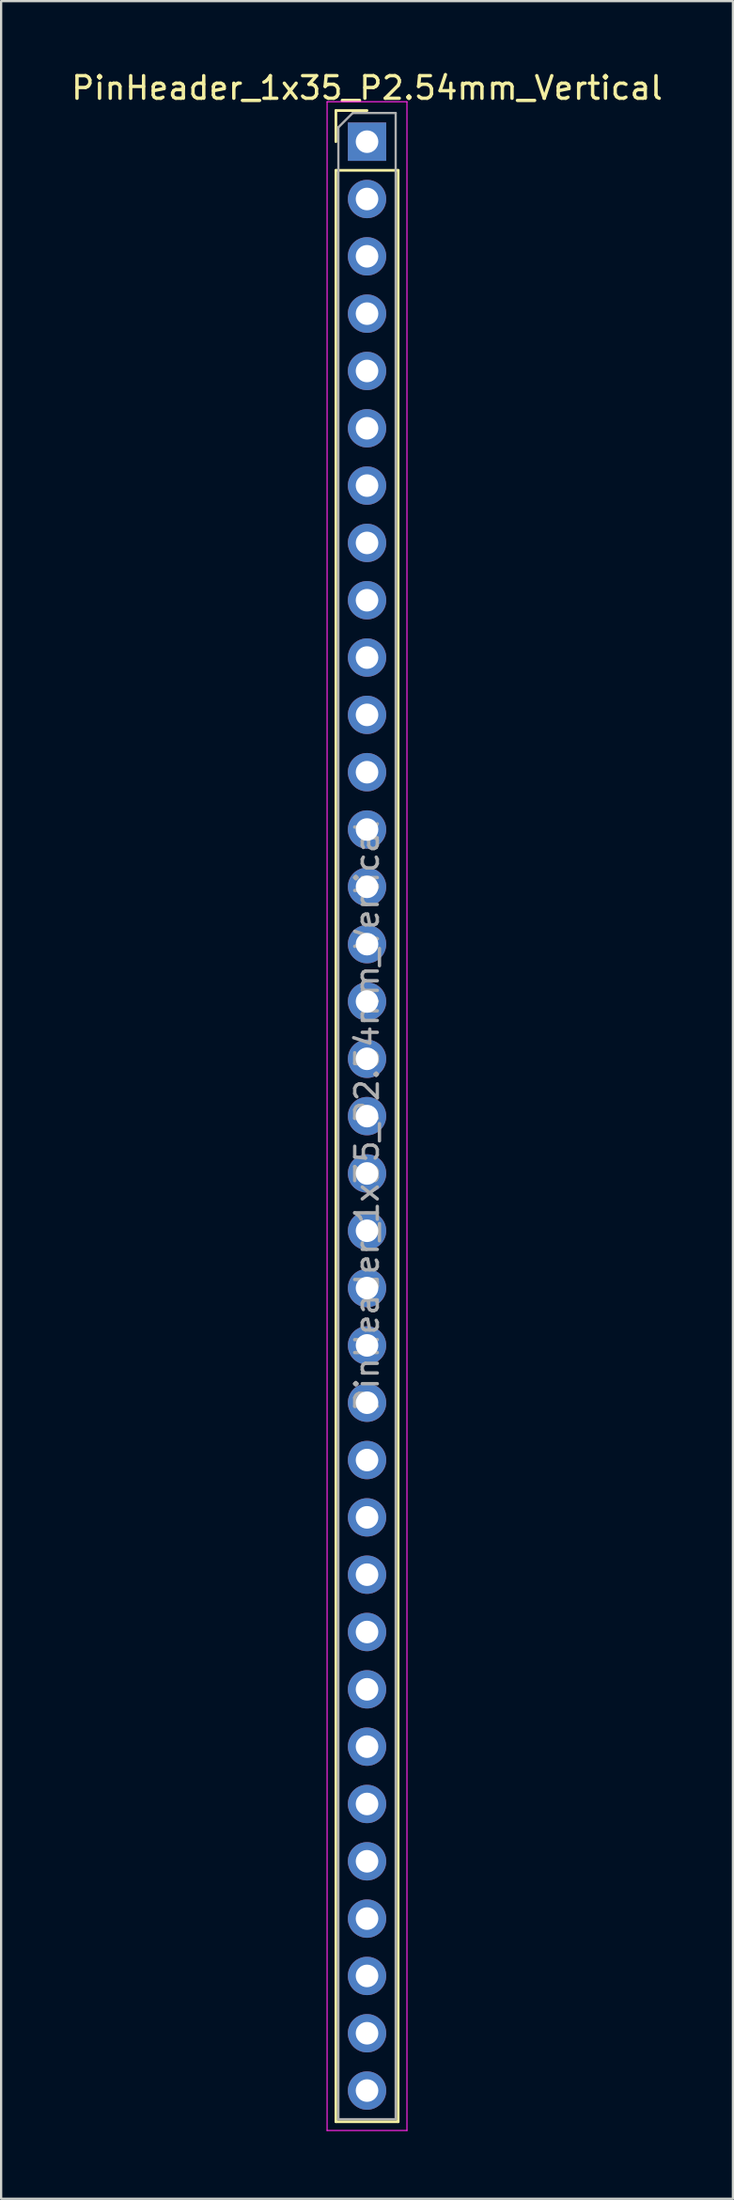
<source format=kicad_pcb>
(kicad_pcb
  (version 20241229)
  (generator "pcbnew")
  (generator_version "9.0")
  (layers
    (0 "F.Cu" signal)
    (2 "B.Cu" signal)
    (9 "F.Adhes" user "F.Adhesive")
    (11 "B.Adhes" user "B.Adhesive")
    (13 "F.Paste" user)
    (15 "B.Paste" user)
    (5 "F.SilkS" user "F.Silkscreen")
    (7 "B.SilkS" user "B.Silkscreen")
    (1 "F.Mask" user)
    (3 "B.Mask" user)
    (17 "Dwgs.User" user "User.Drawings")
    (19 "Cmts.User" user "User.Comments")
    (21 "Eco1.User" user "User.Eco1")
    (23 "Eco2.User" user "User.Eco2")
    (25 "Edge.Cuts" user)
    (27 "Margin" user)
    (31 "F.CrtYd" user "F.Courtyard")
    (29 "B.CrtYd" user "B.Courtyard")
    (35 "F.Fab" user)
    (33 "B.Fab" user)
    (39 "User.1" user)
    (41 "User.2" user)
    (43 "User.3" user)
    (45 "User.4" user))
  (footprint "PinHeader_1x35_P2.54mm_Vertical"
    (layer "F.Cu")
    (at 13.22 3.228)
    (property "Reference" "PinHeader_1x35_P2.54mm_Vertical" (at 0 -2.38 0) (layer "F.SilkS") (effects (font (size 1 1) (thickness 0.15))))
    (attr through_hole)
    (fp_line (start -1.38 -1.38) (end 0 -1.38) (stroke (width 0.12) (type solid)) (layer "F.SilkS"))
    (fp_line (start -1.38 0) (end -1.38 -1.38) (stroke (width 0.12) (type solid)) (layer "F.SilkS"))
    (fp_line (start -1.38 1.27) (end -1.38 87.74) (stroke (width 0.12) (type solid)) (layer "F.SilkS"))
    (fp_line (start -1.38 1.27) (end 1.38 1.27) (stroke (width 0.12) (type solid)) (layer "F.SilkS"))
    (fp_line (start -1.38 87.74) (end 1.38 87.74) (stroke (width 0.12) (type solid)) (layer "F.SilkS"))
    (fp_line (start 1.38 1.27) (end 1.38 87.74) (stroke (width 0.12) (type solid)) (layer "F.SilkS"))
    (fp_line (start -1.77 -1.77) (end -1.77 88.13) (stroke (width 0.05) (type solid)) (layer "F.CrtYd"))
    (fp_line (start -1.77 88.13) (end 1.77 88.13) (stroke (width 0.05) (type solid)) (layer "F.CrtYd"))
    (fp_line (start 1.77 -1.77) (end -1.77 -1.77) (stroke (width 0.05) (type solid)) (layer "F.CrtYd"))
    (fp_line (start 1.77 88.13) (end 1.77 -1.77) (stroke (width 0.05) (type solid)) (layer "F.CrtYd"))
    (fp_line (start -1.27 -0.635) (end -0.635 -1.27) (stroke (width 0.1) (type solid)) (layer "F.Fab"))
    (fp_line (start -1.27 87.63) (end -1.27 -0.635) (stroke (width 0.1) (type solid)) (layer "F.Fab"))
    (fp_line (start -0.635 -1.27) (end 1.27 -1.27) (stroke (width 0.1) (type solid)) (layer "F.Fab"))
    (fp_line (start 1.27 -1.27) (end 1.27 87.63) (stroke (width 0.1) (type solid)) (layer "F.Fab"))
    (fp_line (start 1.27 87.63) (end -1.27 87.63) (stroke (width 0.1) (type solid)) (layer "F.Fab"))
    (fp_text user "${REFERENCE}" (at 0 43.18 90) (layer "F.Fab") (effects (font (size 1 1) (thickness 0.15))))
    (pad "1" thru_hole rect (at 0 0) (size 1.7 1.7) (drill 1) (layers "*.Cu" "*.Mask"))
    (pad "2" thru_hole circle (at 0 2.54) (size 1.7 1.7) (drill 1) (layers "*.Cu" "*.Mask"))
    (pad "3" thru_hole circle (at 0 5.08) (size 1.7 1.7) (drill 1) (layers "*.Cu" "*.Mask"))
    (pad "4" thru_hole circle (at 0 7.62) (size 1.7 1.7) (drill 1) (layers "*.Cu" "*.Mask"))
    (pad "5" thru_hole circle (at 0 10.16) (size 1.7 1.7) (drill 1) (layers "*.Cu" "*.Mask"))
    (pad "6" thru_hole circle (at 0 12.7) (size 1.7 1.7) (drill 1) (layers "*.Cu" "*.Mask"))
    (pad "7" thru_hole circle (at 0 15.24) (size 1.7 1.7) (drill 1) (layers "*.Cu" "*.Mask"))
    (pad "8" thru_hole circle (at 0 17.78) (size 1.7 1.7) (drill 1) (layers "*.Cu" "*.Mask"))
    (pad "9" thru_hole circle (at 0 20.32) (size 1.7 1.7) (drill 1) (layers "*.Cu" "*.Mask"))
    (pad "10" thru_hole circle (at 0 22.86) (size 1.7 1.7) (drill 1) (layers "*.Cu" "*.Mask"))
    (pad "11" thru_hole circle (at 0 25.4) (size 1.7 1.7) (drill 1) (layers "*.Cu" "*.Mask"))
    (pad "12" thru_hole circle (at 0 27.94) (size 1.7 1.7) (drill 1) (layers "*.Cu" "*.Mask"))
    (pad "13" thru_hole circle (at 0 30.48) (size 1.7 1.7) (drill 1) (layers "*.Cu" "*.Mask"))
    (pad "14" thru_hole circle (at 0 33.02) (size 1.7 1.7) (drill 1) (layers "*.Cu" "*.Mask"))
    (pad "15" thru_hole circle (at 0 35.56) (size 1.7 1.7) (drill 1) (layers "*.Cu" "*.Mask"))
    (pad "16" thru_hole circle (at 0 38.1) (size 1.7 1.7) (drill 1) (layers "*.Cu" "*.Mask"))
    (pad "17" thru_hole circle (at 0 40.64) (size 1.7 1.7) (drill 1) (layers "*.Cu" "*.Mask"))
    (pad "18" thru_hole circle (at 0 43.18) (size 1.7 1.7) (drill 1) (layers "*.Cu" "*.Mask"))
    (pad "19" thru_hole circle (at 0 45.72) (size 1.7 1.7) (drill 1) (layers "*.Cu" "*.Mask"))
    (pad "20" thru_hole circle (at 0 48.26) (size 1.7 1.7) (drill 1) (layers "*.Cu" "*.Mask"))
    (pad "21" thru_hole circle (at 0 50.8) (size 1.7 1.7) (drill 1) (layers "*.Cu" "*.Mask"))
    (pad "22" thru_hole circle (at 0 53.34) (size 1.7 1.7) (drill 1) (layers "*.Cu" "*.Mask"))
    (pad "23" thru_hole circle (at 0 55.88) (size 1.7 1.7) (drill 1) (layers "*.Cu" "*.Mask"))
    (pad "24" thru_hole circle (at 0 58.42) (size 1.7 1.7) (drill 1) (layers "*.Cu" "*.Mask"))
    (pad "25" thru_hole circle (at 0 60.96) (size 1.7 1.7) (drill 1) (layers "*.Cu" "*.Mask"))
    (pad "26" thru_hole circle (at 0 63.5) (size 1.7 1.7) (drill 1) (layers "*.Cu" "*.Mask"))
    (pad "27" thru_hole circle (at 0 66.04) (size 1.7 1.7) (drill 1) (layers "*.Cu" "*.Mask"))
    (pad "28" thru_hole circle (at 0 68.58) (size 1.7 1.7) (drill 1) (layers "*.Cu" "*.Mask"))
    (pad "29" thru_hole circle (at 0 71.12) (size 1.7 1.7) (drill 1) (layers "*.Cu" "*.Mask"))
    (pad "30" thru_hole circle (at 0 73.66) (size 1.7 1.7) (drill 1) (layers "*.Cu" "*.Mask"))
    (pad "31" thru_hole circle (at 0 76.2) (size 1.7 1.7) (drill 1) (layers "*.Cu" "*.Mask"))
    (pad "32" thru_hole circle (at 0 78.74) (size 1.7 1.7) (drill 1) (layers "*.Cu" "*.Mask"))
    (pad "33" thru_hole circle (at 0 81.28) (size 1.7 1.7) (drill 1) (layers "*.Cu" "*.Mask"))
    (pad "34" thru_hole circle (at 0 83.82) (size 1.7 1.7) (drill 1) (layers "*.Cu" "*.Mask"))
    (pad "35" thru_hole circle (at 0 86.36) (size 1.7 1.7) (drill 1) (layers "*.Cu" "*.Mask")))
  (gr_rect
    (start -3 -3)
    (end 29.44 94.383)
    (stroke (width 0.1) (type default))
    (fill no)
    (layer "Edge.Cuts")))
</source>
